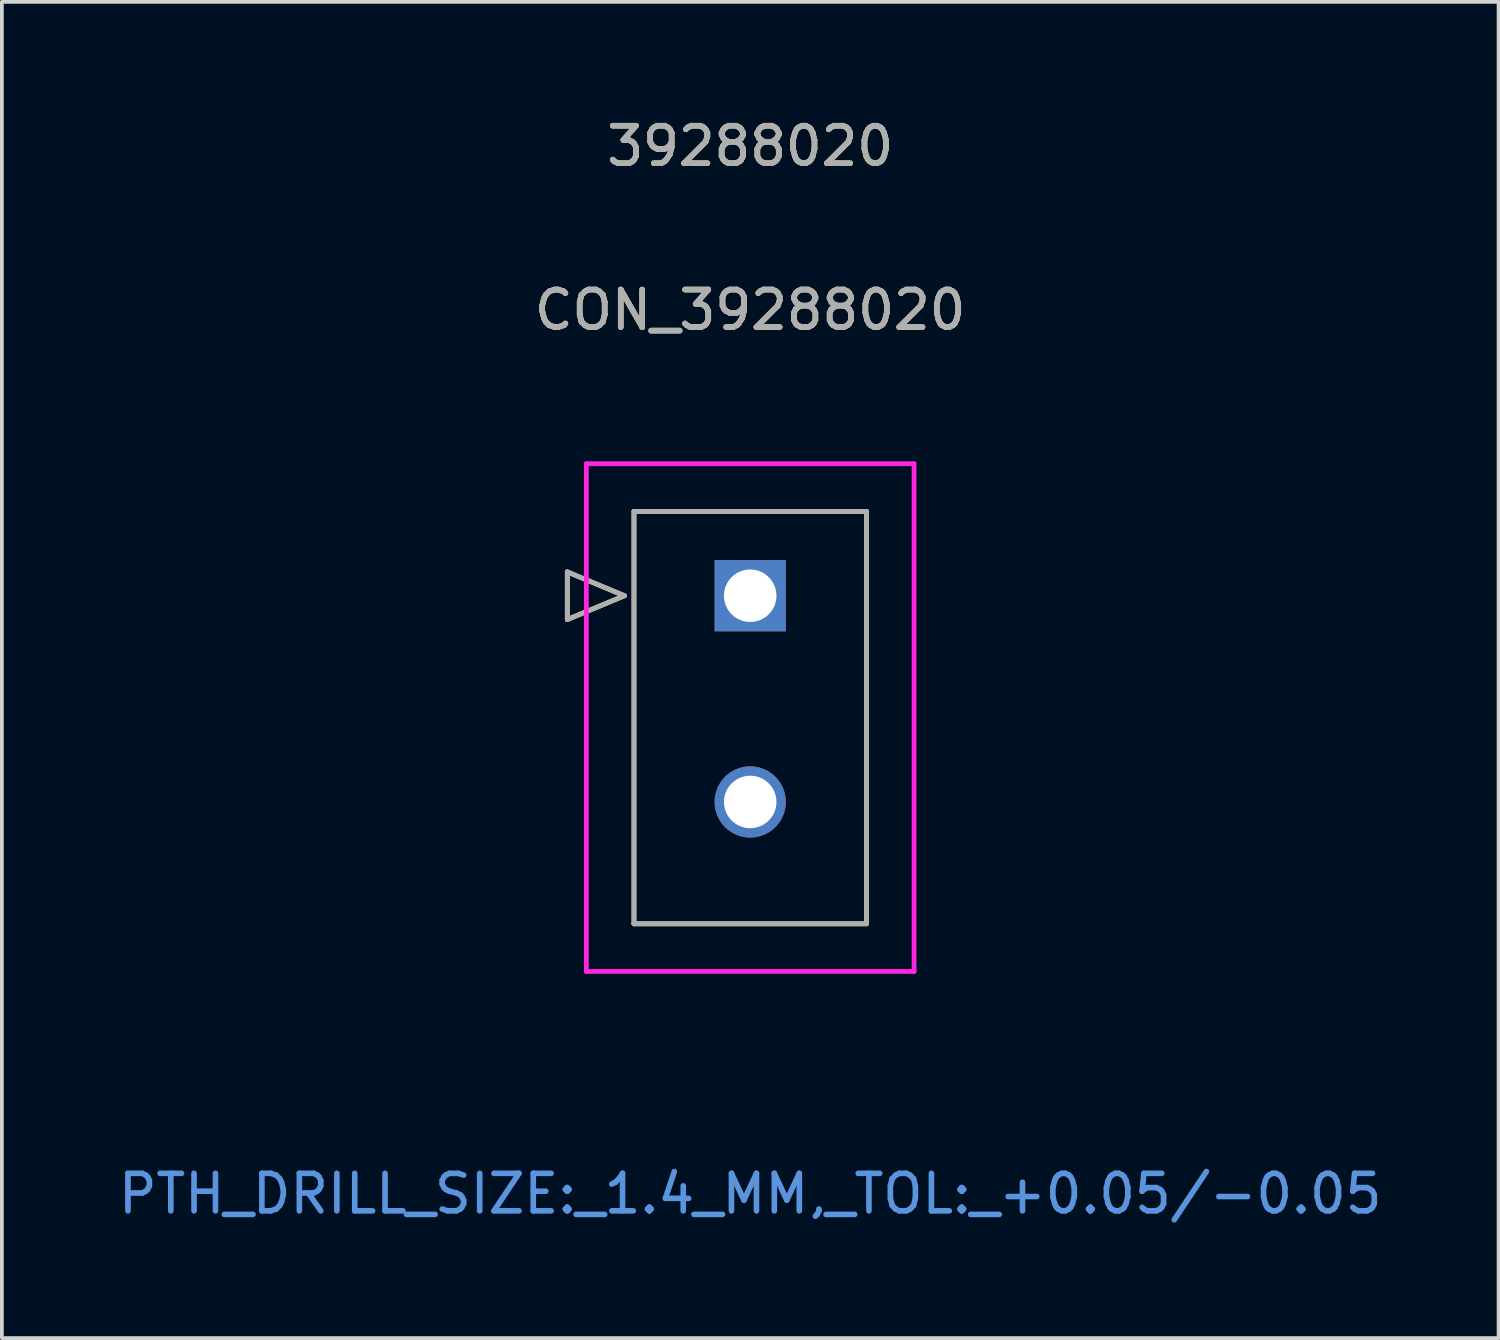
<source format=kicad_pcb>
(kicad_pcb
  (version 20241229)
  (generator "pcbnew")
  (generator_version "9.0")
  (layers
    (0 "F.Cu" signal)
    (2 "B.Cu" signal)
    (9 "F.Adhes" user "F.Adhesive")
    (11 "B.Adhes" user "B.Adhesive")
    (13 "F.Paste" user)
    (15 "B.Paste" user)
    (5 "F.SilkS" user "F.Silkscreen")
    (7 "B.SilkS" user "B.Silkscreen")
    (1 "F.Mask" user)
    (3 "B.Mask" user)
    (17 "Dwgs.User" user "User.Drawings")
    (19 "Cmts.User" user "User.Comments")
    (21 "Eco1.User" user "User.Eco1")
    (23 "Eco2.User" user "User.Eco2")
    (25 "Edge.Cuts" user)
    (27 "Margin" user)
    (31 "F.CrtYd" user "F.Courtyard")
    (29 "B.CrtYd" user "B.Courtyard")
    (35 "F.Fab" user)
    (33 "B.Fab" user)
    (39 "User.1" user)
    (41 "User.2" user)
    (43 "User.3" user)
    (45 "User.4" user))
  (footprint "CON_39288020"
    (layer "F.Cu")
    (at 16.958 12.838)
    (property "Reference" "CON_39288020" (at 0 -7.62 0) (unlocked yes) (layer "F.SilkS") (effects (font (size 1 1) (thickness 0.15))))
    (attr through_hole)
    (fp_line (start -4.878 -0.635) (end -4.878 0.635) (stroke (width 0.127) (type solid)) (layer "F.SilkS"))
    (fp_line (start -4.878 0.635) (end -3.354 0) (stroke (width 0.127) (type solid)) (layer "F.SilkS"))
    (fp_line (start -3.354 0) (end -4.878 -0.635) (stroke (width 0.127) (type solid)) (layer "F.SilkS"))
    (fp_line (start -3.1 -2.25) (end -3.1 8.75) (stroke (width 0.127) (type solid)) (layer "F.SilkS"))
    (fp_line (start -3.1 8.75) (end 3.1 8.75) (stroke (width 0.127) (type solid)) (layer "F.SilkS"))
    (fp_line (start 3.1 -2.25) (end -3.1 -2.25) (stroke (width 0.127) (type solid)) (layer "F.SilkS"))
    (fp_line (start 3.1 8.75) (end 3.1 -2.25) (stroke (width 0.127) (type solid)) (layer "F.SilkS"))
    (fp_line (start -4.37 -3.52) (end -4.37 10.02) (stroke (width 0.127) (type solid)) (layer "F.CrtYd"))
    (fp_line (start -4.37 10.02) (end 4.37 10.02) (stroke (width 0.127) (type solid)) (layer "F.CrtYd"))
    (fp_line (start 4.37 -3.52) (end -4.37 -3.52) (stroke (width 0.127) (type solid)) (layer "F.CrtYd"))
    (fp_line (start 4.37 10.02) (end 4.37 -3.52) (stroke (width 0.127) (type solid)) (layer "F.CrtYd"))
    (fp_line (start -4.878 -0.635) (end -4.878 0.635) (stroke (width 0.127) (type solid)) (layer "F.Fab"))
    (fp_line (start -4.878 0.635) (end -3.354 0) (stroke (width 0.127) (type solid)) (layer "F.Fab"))
    (fp_line (start -3.354 0) (end -4.878 -0.635) (stroke (width 0.127) (type solid)) (layer "F.Fab"))
    (fp_line (start -3.1 -2.25) (end -3.1 8.75) (stroke (width 0.127) (type solid)) (layer "F.Fab"))
    (fp_line (start -3.1 8.75) (end 3.1 8.75) (stroke (width 0.127) (type solid)) (layer "F.Fab"))
    (fp_line (start 3.1 -2.25) (end -3.1 -2.25) (stroke (width 0.127) (type solid)) (layer "F.Fab"))
    (fp_line (start 3.1 8.75) (end 3.1 -2.25) (stroke (width 0.127) (type solid)) (layer "F.Fab"))
    (fp_text user "39288020" (at 0 -11.99 0) (unlocked yes) (layer "F.SilkS") (effects (font (size 1 1) (thickness 0.15))))
    (fp_text user "PTH_DRILL_SIZE:_1.4_MM,_TOL:_+0.05/-0.05" (at 0 15.95 0) (unlocked yes) (layer "Cmts.User") (effects (font (size 1 1) (thickness 0.15))))
    (fp_text user "${REFERENCE}" (at 0 -7.62 0) (unlocked yes) (layer "F.Fab") (effects (font (size 1 1) (thickness 0.15))))
    (fp_text user "39288020" (at 0 -11.99 0) (unlocked yes) (layer "F.Fab") (effects (font (size 1 1) (thickness 0.15))))
    (pad "1" thru_hole rect (at 0 0) (size 1.9 1.9) (drill 1.4) (layers "*.Cu" "*.Mask"))
    (pad "2" thru_hole circle (at 0 5.5) (size 1.9 1.9) (drill 1.4) (layers "*.Cu" "*.Mask")))
  (gr_rect
    (start -3 -3)
    (end 36.917 32.637)
    (stroke (width 0.1) (type default))
    (fill no)
    (layer "Edge.Cuts")))
</source>
